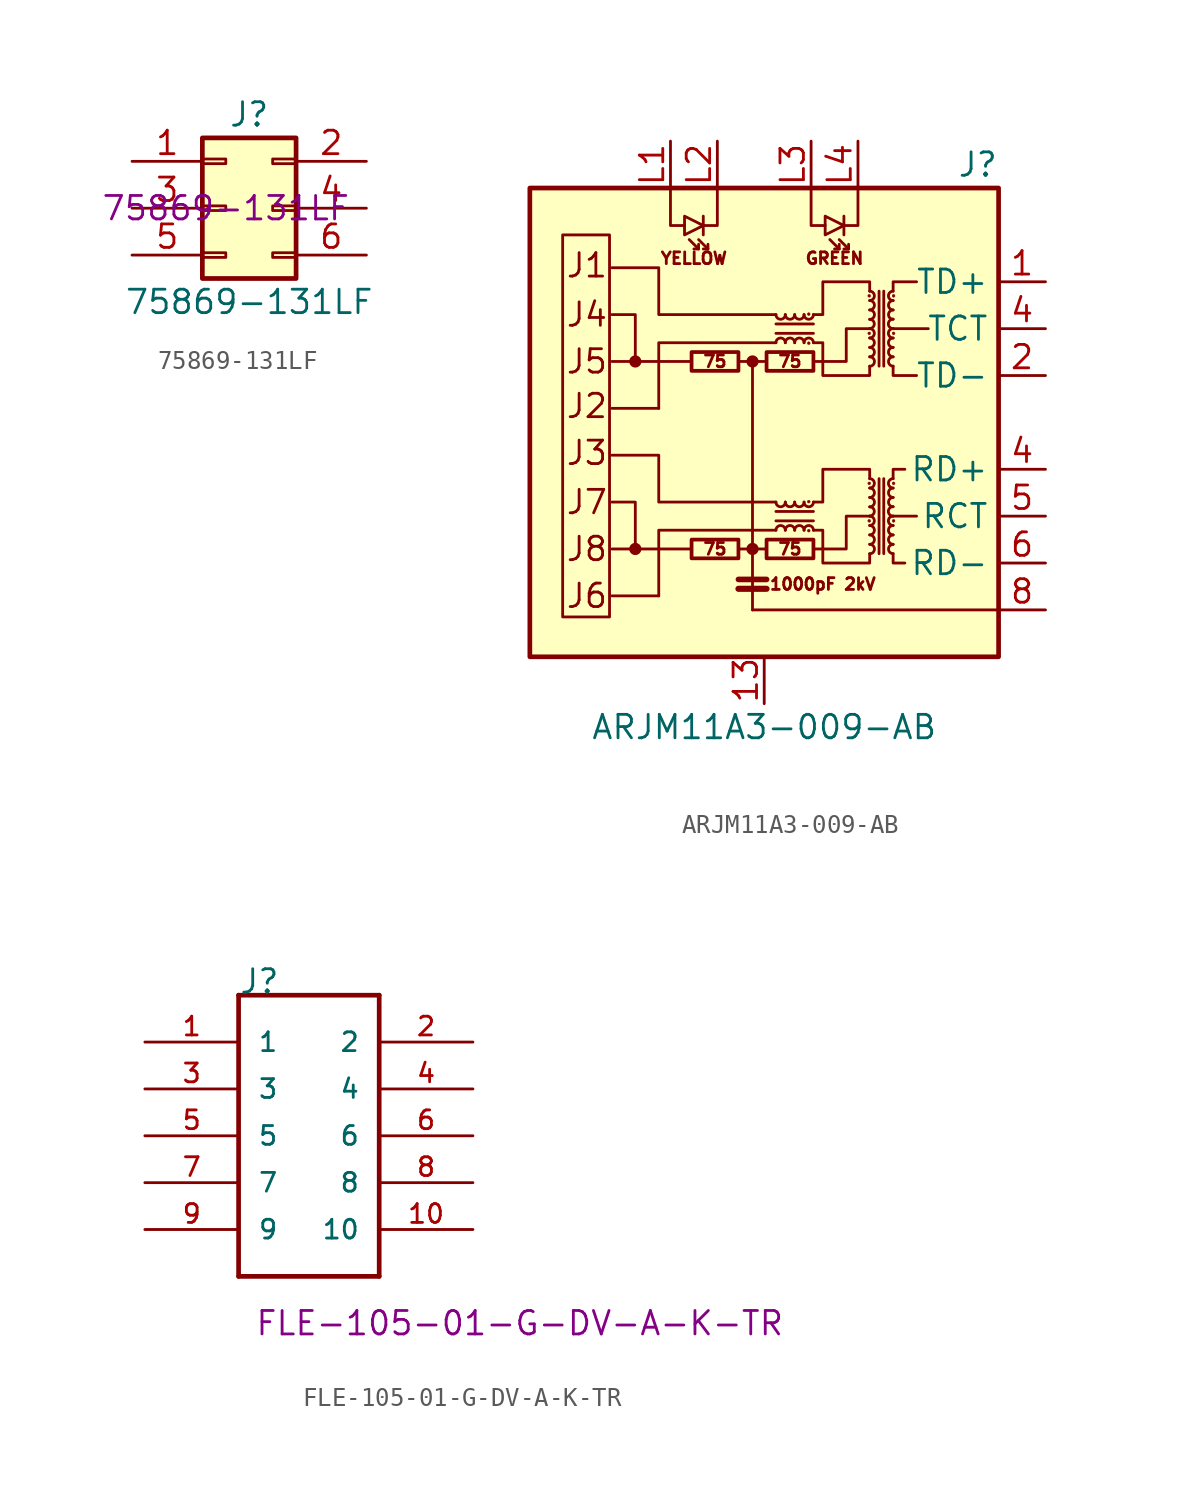
<source format=kicad_sym>
(kicad_symbol_lib
  (version 20211014)
  (generator kicad_symbol_editor)
  (symbol "75869-131LF"
    (pin_names
      (offset 1.016) hide)
    (property "Reference" "J"
      (at 1.27 5.08 0)
      (effects (font (size 1.27 1.27))))
    (property "Value" "75869-131LF"
      (at 1.27 -5.08 0)
      (effects (font (size 1.27 1.27))))
    (property "MF" "75869-131LF"
      (at 0 0 0)
      (effects (font (size 1.27 1.27))))
    (symbol "75869-131LF_1_1"
      (rectangle (start -1.27 -2.413) (end 0 -2.667) (stroke (width 0.152) (type default) (color 0 0 0 0)) (fill (type none)))
      (rectangle (start -1.27 0.127) (end 0 -0.127) (stroke (width 0.152) (type default) (color 0 0 0 0)) (fill (type none)))
      (rectangle (start -1.27 2.667) (end 0 2.413) (stroke (width 0.152) (type default) (color 0 0 0 0)) (fill (type none)))
      (rectangle (start -1.27 3.81) (end 3.81 -3.81) (stroke (width 0.254) (type default) (color 0 0 0 0)) (fill (type background)))
      (rectangle (start 3.81 -2.413) (end 2.54 -2.667) (stroke (width 0.152) (type default) (color 0 0 0 0)) (fill (type none)))
      (rectangle (start 3.81 0.127) (end 2.54 -0.127) (stroke (width 0.152) (type default) (color 0 0 0 0)) (fill (type none)))
      (rectangle (start 3.81 2.667) (end 2.54 2.413) (stroke (width 0.152) (type default) (color 0 0 0 0)) (fill (type none)))
      (pin passive line (at -5.08 2.54 0) (length 3.81) (name "Pin_1" (effects (font (size 1.27 1.27)))) (number "1" (effects (font (size 1.27 1.27)))))
      (pin passive line (at 7.62 2.54 180) (length 3.81) (name "Pin_2" (effects (font (size 1.27 1.27)))) (number "2" (effects (font (size 1.27 1.27)))))
      (pin passive line (at -5.08 0 0) (length 3.81) (name "Pin_3" (effects (font (size 1.27 1.27)))) (number "3" (effects (font (size 1.27 1.27)))))
      (pin passive line (at 7.62 0 180) (length 3.81) (name "Pin_4" (effects (font (size 1.27 1.27)))) (number "4" (effects (font (size 1.27 1.27)))))
      (pin passive line (at -5.08 -2.54 0) (length 3.81) (name "Pin_5" (effects (font (size 1.27 1.27)))) (number "5" (effects (font (size 1.27 1.27)))))
      (pin passive line (at 7.62 -2.54 180) (length 3.81) (name "Pin_6" (effects (font (size 1.27 1.27)))) (number "6" (effects (font (size 1.27 1.27)))))))
  (symbol "ARJM11A3-009-AB"
    (property "Reference" "J"
      (at 12.7 13.97 0)
      (effects (font (size 1.27 1.27)) (justify right)))
    (property "Value" "ARJM11A3-009-AB"
      (at 0 -16.51 0)
      (effects (font (size 1.27 1.27))))
    (symbol "ARJM11A3-009-AB_0_0"
      (rectangle (start -12.7 12.7) (end 12.7 -12.7) (stroke (width 0.254) (type default) (color 0 0 0 0)) (fill (type background)))
      (polyline (pts (xy -3.937 -6.858) (xy -8.255 -6.858)) (stroke (width 0) (type default) (color 0 0 0 0)) (fill (type none)))
      (polyline (pts (xy -3.937 3.302) (xy -8.255 3.302)) (stroke (width 0) (type default) (color 0 0 0 0)) (fill (type none)))
      (polyline (pts (xy -0.635 -10.16) (xy 12.7 -10.16)) (stroke (width 0) (type default) (color 0 0 0 0)) (fill (type none)))
      (polyline (pts (xy 8.255 -5.08) (xy 6.985 -5.08)) (stroke (width 0) (type default) (color 0 0 0 0)) (fill (type none)))
      (polyline (pts (xy 8.89 5.08) (xy 6.985 5.08)) (stroke (width 0) (type default) (color 0 0 0 0)) (fill (type none)))
      (polyline (pts (xy 0.635 -4.318) (xy -5.715 -4.318) (xy -5.715 -1.778) (xy -8.255 -1.778)) (stroke (width 0) (type default) (color 0 0 0 0)) (fill (type none)))
      (polyline (pts (xy 0.635 5.842) (xy -5.715 5.842) (xy -5.715 8.382) (xy -8.255 8.382)) (stroke (width 0) (type default) (color 0 0 0 0)) (fill (type none)))
      (polyline (pts (xy 2.667 -6.858) (xy 4.445 -6.858) (xy 4.445 -5.08) (xy 5.715 -5.08)) (stroke (width 0) (type default) (color 0 0 0 0)) (fill (type none)))
      (polyline (pts (xy 2.667 3.302) (xy 4.445 3.302) (xy 4.445 5.08) (xy 5.715 5.08)) (stroke (width 0) (type default) (color 0 0 0 0)) (fill (type none)))
      (text "1000pF 2kV" (at 3.175 -8.763 0) (effects (font (size 0.635 0.635))))
      (text "75" (at -2.667 -6.858 0) (effects (font (size 0.635 0.635))))
      (text "75" (at -2.667 3.302 0) (effects (font (size 0.635 0.635))))
      (text "75" (at 1.397 -6.858 0) (effects (font (size 0.635 0.635))))
      (text "75" (at 1.397 3.302 0) (effects (font (size 0.635 0.635))))
      (text "GREEN" (at 3.81 8.89 0) (effects (font (size 0.635 0.635))))
      (text "J1" (at -10.795 8.509 0) (effects (font (size 1.27 1.27)) (justify left)))
      (text "J2" (at -10.795 0.889 0) (effects (font (size 1.27 1.27)) (justify left)))
      (text "J3" (at -10.795 -1.651 0) (effects (font (size 1.27 1.27)) (justify left)))
      (text "J4" (at -10.795 5.842 0) (effects (font (size 1.27 1.27)) (justify left)))
      (text "J5" (at -10.795 3.302 0) (effects (font (size 1.27 1.27)) (justify left)))
      (text "J6" (at -10.795 -9.398 0) (effects (font (size 1.27 1.27)) (justify left)))
      (text "J7" (at -10.795 -4.318 0) (effects (font (size 1.27 1.27)) (justify left)))
      (text "J8" (at -10.795 -6.858 0) (effects (font (size 1.27 1.27)) (justify left)))
      (text "YELLOW" (at -3.81 8.89 0) (effects (font (size 0.635 0.635)))))
    (symbol "ARJM11A3-009-AB_0_1"
      (rectangle (start -8.382 -10.541) (end -10.922 10.16) (stroke (width 0) (type default) (color 0 0 0 0)) (fill (type none)))
      (circle (center -6.985 -6.858) (radius 0.254) (stroke (width 0) (type default) (color 0 0 0 0)) (fill (type outline)))
      (circle (center -6.985 3.302) (radius 0.254) (stroke (width 0) (type default) (color 0 0 0 0)) (fill (type outline)))
      (rectangle (start -3.937 -7.366) (end -1.397 -6.35) (stroke (width 0.203) (type default) (color 0 0 0 0)) (fill (type none)))
      (rectangle (start -3.937 2.794) (end -1.397 3.81) (stroke (width 0.203) (type default) (color 0 0 0 0)) (fill (type none)))
      (circle (center -0.635 -6.858) (radius 0.254) (stroke (width 0) (type default) (color 0 0 0 0)) (fill (type outline)))
      (circle (center -0.635 3.302) (radius 0.254) (stroke (width 0) (type default) (color 0 0 0 0)) (fill (type outline)))
      (polyline (pts (xy -5.715 -9.398) (xy -8.255 -9.398)) (stroke (width 0) (type default) (color 0 0 0 0)) (fill (type none)))
      (polyline (pts (xy -5.715 0.762) (xy -8.255 0.762)) (stroke (width 0) (type default) (color 0 0 0 0)) (fill (type none)))
      (polyline (pts (xy -3.556 9.398) (xy -4.064 9.906)) (stroke (width 0) (type default) (color 0 0 0 0)) (fill (type none)))
      (polyline (pts (xy -3.302 11.176) (xy -3.302 10.16)) (stroke (width 0) (type default) (color 0 0 0 0)) (fill (type none)))
      (polyline (pts (xy -3.048 9.398) (xy -3.556 9.906)) (stroke (width 0) (type default) (color 0 0 0 0)) (fill (type none)))
      (polyline (pts (xy -1.397 -9.017) (xy 0.127 -9.017)) (stroke (width 0.33) (type default) (color 0 0 0 0)) (fill (type none)))
      (polyline (pts (xy -1.397 -8.509) (xy 0.127 -8.509)) (stroke (width 0.305) (type default) (color 0 0 0 0)) (fill (type none)))
      (polyline (pts (xy -0.635 3.302) (xy -1.397 3.302)) (stroke (width 0) (type default) (color 0 0 0 0)) (fill (type none)))
      (polyline (pts (xy 0.127 -6.858) (xy -1.397 -6.858)) (stroke (width 0) (type default) (color 0 0 0 0)) (fill (type none)))
      (polyline (pts (xy 0.635 -5.334) (xy 2.667 -5.334)) (stroke (width 0) (type default) (color 0 0 0 0)) (fill (type none)))
      (polyline (pts (xy 0.635 4.826) (xy 2.667 4.826)) (stroke (width 0) (type default) (color 0 0 0 0)) (fill (type none)))
      (polyline (pts (xy 2.667 -4.826) (xy 0.635 -4.826)) (stroke (width 0) (type default) (color 0 0 0 0)) (fill (type none)))
      (polyline (pts (xy 2.667 5.334) (xy 0.635 5.334)) (stroke (width 0) (type default) (color 0 0 0 0)) (fill (type none)))
      (polyline (pts (xy 4.064 9.398) (xy 3.556 9.906)) (stroke (width 0) (type default) (color 0 0 0 0)) (fill (type none)))
      (polyline (pts (xy 4.318 11.176) (xy 4.318 10.16)) (stroke (width 0) (type default) (color 0 0 0 0)) (fill (type none)))
      (polyline (pts (xy 4.572 9.398) (xy 4.064 9.906)) (stroke (width 0) (type default) (color 0 0 0 0)) (fill (type none)))
      (polyline (pts (xy 6.223 -3.048) (xy 6.223 -7.112)) (stroke (width 0) (type default) (color 0 0 0 0)) (fill (type none)))
      (polyline (pts (xy 6.223 7.112) (xy 6.223 3.048)) (stroke (width 0) (type default) (color 0 0 0 0)) (fill (type none)))
      (polyline (pts (xy 6.477 -7.112) (xy 6.477 -3.048)) (stroke (width 0) (type default) (color 0 0 0 0)) (fill (type none)))
      (polyline (pts (xy 6.477 3.048) (xy 6.477 7.112)) (stroke (width 0) (type default) (color 0 0 0 0)) (fill (type none)))
      (polyline (pts (xy -6.985 -6.858) (xy -6.985 -4.318) (xy -8.255 -4.318)) (stroke (width 0) (type default) (color 0 0 0 0)) (fill (type none)))
      (polyline (pts (xy -6.985 3.302) (xy -6.985 5.842) (xy -8.255 5.842)) (stroke (width 0) (type default) (color 0 0 0 0)) (fill (type none)))
      (polyline (pts (xy -5.08 12.7) (xy -5.08 10.668) (xy -4.318 10.668)) (stroke (width 0) (type default) (color 0 0 0 0)) (fill (type none)))
      (polyline (pts (xy -3.556 9.652) (xy -3.556 9.398) (xy -3.81 9.398)) (stroke (width 0) (type default) (color 0 0 0 0)) (fill (type none)))
      (polyline (pts (xy -3.048 9.652) (xy -3.048 9.398) (xy -3.302 9.398)) (stroke (width 0) (type default) (color 0 0 0 0)) (fill (type none)))
      (polyline (pts (xy -2.54 12.7) (xy -2.54 10.668) (xy -3.302 10.668)) (stroke (width 0) (type default) (color 0 0 0 0)) (fill (type none)))
      (polyline (pts (xy -0.635 -10.16) (xy -0.635 3.302) (xy 0 3.302)) (stroke (width 0) (type default) (color 0 0 0 0)) (fill (type none)))
      (polyline (pts (xy 0.635 -5.842) (xy -5.715 -5.842) (xy -5.715 -9.398)) (stroke (width 0) (type default) (color 0 0 0 0)) (fill (type none)))
      (polyline (pts (xy 0.635 4.318) (xy -5.715 4.318) (xy -5.715 0.762)) (stroke (width 0) (type default) (color 0 0 0 0)) (fill (type none)))
      (polyline (pts (xy 2.54 12.7) (xy 2.54 10.668) (xy 3.302 10.668)) (stroke (width 0) (type default) (color 0 0 0 0)) (fill (type none)))
      (polyline (pts (xy 4.064 9.652) (xy 4.064 9.398) (xy 3.81 9.398)) (stroke (width 0) (type default) (color 0 0 0 0)) (fill (type none)))
      (polyline (pts (xy 4.572 9.652) (xy 4.572 9.398) (xy 4.318 9.398)) (stroke (width 0) (type default) (color 0 0 0 0)) (fill (type none)))
      (polyline (pts (xy 5.08 12.7) (xy 5.08 10.668) (xy 4.318 10.668)) (stroke (width 0) (type default) (color 0 0 0 0)) (fill (type none)))
      (polyline (pts (xy 6.985 -7.112) (xy 6.985 -7.62) (xy 7.62 -7.62)) (stroke (width 0) (type default) (color 0 0 0 0)) (fill (type none)))
      (polyline (pts (xy 6.985 -3.048) (xy 6.985 -2.54) (xy 7.62 -2.54)) (stroke (width 0) (type default) (color 0 0 0 0)) (fill (type none)))
      (polyline (pts (xy 6.985 3.048) (xy 6.985 2.54) (xy 8.255 2.54)) (stroke (width 0) (type default) (color 0 0 0 0)) (fill (type none)))
      (polyline (pts (xy 6.985 7.112) (xy 6.985 7.62) (xy 8.255 7.62)) (stroke (width 0) (type default) (color 0 0 0 0)) (fill (type none)))
      (polyline (pts (xy -3.302 10.668) (xy -4.318 11.176) (xy -4.318 10.16) (xy -3.302 10.668)) (stroke (width 0) (type default) (color 0 0 0 0)) (fill (type none)))
      (polyline (pts (xy 4.318 10.668) (xy 3.302 11.176) (xy 3.302 10.16) (xy 4.318 10.668)) (stroke (width 0) (type default) (color 0 0 0 0)) (fill (type none)))
      (polyline (pts (xy 2.667 -4.318) (xy 3.175 -4.318) (xy 3.175 -2.54) (xy 5.715 -2.54) (xy 5.715 -3.048)) (stroke (width 0) (type default) (color 0 0 0 0)) (fill (type none)))
      (polyline (pts (xy 2.667 5.842) (xy 3.175 5.842) (xy 3.175 7.62) (xy 5.715 7.62) (xy 5.715 7.112)) (stroke (width 0) (type default) (color 0 0 0 0)) (fill (type none)))
      (polyline (pts (xy 5.715 -7.112) (xy 5.715 -7.62) (xy 3.175 -7.62) (xy 3.175 -5.842) (xy 2.667 -5.842)) (stroke (width 0) (type default) (color 0 0 0 0)) (fill (type none)))
      (polyline (pts (xy 5.715 3.048) (xy 5.715 2.54) (xy 3.175 2.54) (xy 3.175 4.318) (xy 2.667 4.318)) (stroke (width 0) (type default) (color 0 0 0 0)) (fill (type none)))
      (rectangle (start 0.127 -7.366) (end 2.667 -6.35) (stroke (width 0.203) (type default) (color 0 0 0 0)) (fill (type none)))
      (rectangle (start 0.127 2.794) (end 2.667 3.81) (stroke (width 0.203) (type default) (color 0 0 0 0)) (fill (type none)))
      (arc (start 0.635 -4.318) (mid 0.889 -4.572) (end 1.143 -4.318) (stroke (width 0) (type default) (color 0 0 0 0)) (fill (type none)))
      (arc (start 0.635 5.842) (mid 0.889 5.588) (end 1.143 5.842) (stroke (width 0) (type default) (color 0 0 0 0)) (fill (type none)))
      (arc (start 1.143 -5.842) (mid 0.889 -5.588) (end 0.635 -5.842) (stroke (width 0) (type default) (color 0 0 0 0)) (fill (type none)))
      (arc (start 1.143 -4.318) (mid 1.397 -4.572) (end 1.651 -4.318) (stroke (width 0) (type default) (color 0 0 0 0)) (fill (type none)))
      (arc (start 1.143 4.318) (mid 0.889 4.572) (end 0.635 4.318) (stroke (width 0) (type default) (color 0 0 0 0)) (fill (type none)))
      (arc (start 1.143 5.842) (mid 1.397 5.588) (end 1.651 5.842) (stroke (width 0) (type default) (color 0 0 0 0)) (fill (type none)))
      (arc (start 1.651 -5.842) (mid 1.397 -5.588) (end 1.143 -5.842) (stroke (width 0) (type default) (color 0 0 0 0)) (fill (type none)))
      (arc (start 1.651 -4.318) (mid 1.905 -4.572) (end 2.159 -4.318) (stroke (width 0) (type default) (color 0 0 0 0)) (fill (type none)))
      (arc (start 1.651 4.318) (mid 1.397 4.572) (end 1.143 4.318) (stroke (width 0) (type default) (color 0 0 0 0)) (fill (type none)))
      (arc (start 1.651 5.842) (mid 1.905 5.588) (end 2.159 5.842) (stroke (width 0) (type default) (color 0 0 0 0)) (fill (type none)))
      (arc (start 2.159 -5.842) (mid 1.905 -5.588) (end 1.651 -5.842) (stroke (width 0) (type default) (color 0 0 0 0)) (fill (type none)))
      (arc (start 2.159 -4.318) (mid 2.413 -4.572) (end 2.667 -4.318) (stroke (width 0) (type default) (color 0 0 0 0)) (fill (type none)))
      (arc (start 2.159 4.318) (mid 1.905 4.572) (end 1.651 4.318) (stroke (width 0) (type default) (color 0 0 0 0)) (fill (type none)))
      (arc (start 2.159 5.842) (mid 2.413 5.588) (end 2.667 5.842) (stroke (width 0) (type default) (color 0 0 0 0)) (fill (type none)))
      (circle (center 2.413 -5.867) (radius 0.076) (stroke (width 0.025) (type default) (color 0 0 0 0)) (fill (type outline)))
      (circle (center 2.413 -4.293) (radius 0.076) (stroke (width 0.025) (type default) (color 0 0 0 0)) (fill (type outline)))
      (circle (center 2.413 4.293) (radius 0.076) (stroke (width 0.025) (type default) (color 0 0 0 0)) (fill (type outline)))
      (circle (center 2.413 5.867) (radius 0.076) (stroke (width 0.025) (type default) (color 0 0 0 0)) (fill (type outline)))
      (arc (start 2.667 -5.842) (mid 2.413 -5.588) (end 2.159 -5.842) (stroke (width 0) (type default) (color 0 0 0 0)) (fill (type none)))
      (arc (start 2.667 4.318) (mid 2.413 4.572) (end 2.159 4.318) (stroke (width 0) (type default) (color 0 0 0 0)) (fill (type none)))
      (circle (center 5.69 -5.334) (radius 0.076) (stroke (width 0.025) (type default) (color 0 0 0 0)) (fill (type outline)))
      (circle (center 5.69 -3.302) (radius 0.076) (stroke (width 0.025) (type default) (color 0 0 0 0)) (fill (type outline)))
      (circle (center 5.69 4.826) (radius 0.076) (stroke (width 0.025) (type default) (color 0 0 0 0)) (fill (type outline)))
      (circle (center 5.69 6.858) (radius 0.076) (stroke (width 0.025) (type default) (color 0 0 0 0)) (fill (type outline)))
      (arc (start 5.715 -7.112) (mid 5.969 -6.858) (end 5.715 -6.604) (stroke (width 0) (type default) (color 0 0 0 0)) (fill (type none)))
      (arc (start 5.715 -6.604) (mid 5.969 -6.35) (end 5.715 -6.096) (stroke (width 0) (type default) (color 0 0 0 0)) (fill (type none)))
      (arc (start 5.715 -6.096) (mid 5.969 -5.842) (end 5.715 -5.588) (stroke (width 0) (type default) (color 0 0 0 0)) (fill (type none)))
      (arc (start 5.715 -5.588) (mid 5.969 -5.334) (end 5.715 -5.08) (stroke (width 0) (type default) (color 0 0 0 0)) (fill (type none)))
      (arc (start 5.715 -5.08) (mid 5.969 -4.826) (end 5.715 -4.572) (stroke (width 0) (type default) (color 0 0 0 0)) (fill (type none)))
      (arc (start 5.715 -4.572) (mid 5.969 -4.318) (end 5.715 -4.064) (stroke (width 0) (type default) (color 0 0 0 0)) (fill (type none)))
      (arc (start 5.715 -4.064) (mid 5.969 -3.81) (end 5.715 -3.556) (stroke (width 0) (type default) (color 0 0 0 0)) (fill (type none)))
      (arc (start 5.715 -3.556) (mid 5.969 -3.302) (end 5.715 -3.048) (stroke (width 0) (type default) (color 0 0 0 0)) (fill (type none)))
      (arc (start 5.715 3.048) (mid 5.969 3.302) (end 5.715 3.556) (stroke (width 0) (type default) (color 0 0 0 0)) (fill (type none)))
      (arc (start 5.715 3.556) (mid 5.969 3.81) (end 5.715 4.064) (stroke (width 0) (type default) (color 0 0 0 0)) (fill (type none)))
      (arc (start 5.715 4.064) (mid 5.969 4.318) (end 5.715 4.572) (stroke (width 0) (type default) (color 0 0 0 0)) (fill (type none)))
      (arc (start 5.715 4.572) (mid 5.969 4.826) (end 5.715 5.08) (stroke (width 0) (type default) (color 0 0 0 0)) (fill (type none)))
      (arc (start 5.715 5.08) (mid 5.969 5.334) (end 5.715 5.588) (stroke (width 0) (type default) (color 0 0 0 0)) (fill (type none)))
      (arc (start 5.715 5.588) (mid 5.969 5.842) (end 5.715 6.096) (stroke (width 0) (type default) (color 0 0 0 0)) (fill (type none)))
      (arc (start 5.715 6.096) (mid 5.969 6.35) (end 5.715 6.604) (stroke (width 0) (type default) (color 0 0 0 0)) (fill (type none)))
      (arc (start 5.715 6.604) (mid 5.969 6.858) (end 5.715 7.112) (stroke (width 0) (type default) (color 0 0 0 0)) (fill (type none)))
      (arc (start 6.985 -6.604) (mid 6.731 -6.858) (end 6.985 -7.112) (stroke (width 0) (type default) (color 0 0 0 0)) (fill (type none)))
      (arc (start 6.985 -6.096) (mid 6.731 -6.35) (end 6.985 -6.604) (stroke (width 0) (type default) (color 0 0 0 0)) (fill (type none)))
      (arc (start 6.985 -5.588) (mid 6.731 -5.842) (end 6.985 -6.096) (stroke (width 0) (type default) (color 0 0 0 0)) (fill (type none)))
      (arc (start 6.985 -5.08) (mid 6.731 -5.334) (end 6.985 -5.588) (stroke (width 0) (type default) (color 0 0 0 0)) (fill (type none)))
      (arc (start 6.985 -4.572) (mid 6.731 -4.826) (end 6.985 -5.08) (stroke (width 0) (type default) (color 0 0 0 0)) (fill (type none)))
      (arc (start 6.985 -4.064) (mid 6.731 -4.318) (end 6.985 -4.572) (stroke (width 0) (type default) (color 0 0 0 0)) (fill (type none)))
      (arc (start 6.985 -3.556) (mid 6.731 -3.81) (end 6.985 -4.064) (stroke (width 0) (type default) (color 0 0 0 0)) (fill (type none)))
      (arc (start 6.985 -3.048) (mid 6.731 -3.302) (end 6.985 -3.556) (stroke (width 0) (type default) (color 0 0 0 0)) (fill (type none)))
      (arc (start 6.985 3.556) (mid 6.731 3.302) (end 6.985 3.048) (stroke (width 0) (type default) (color 0 0 0 0)) (fill (type none)))
      (arc (start 6.985 4.064) (mid 6.731 3.81) (end 6.985 3.556) (stroke (width 0) (type default) (color 0 0 0 0)) (fill (type none)))
      (arc (start 6.985 4.572) (mid 6.731 4.318) (end 6.985 4.064) (stroke (width 0) (type default) (color 0 0 0 0)) (fill (type none)))
      (arc (start 6.985 5.08) (mid 6.731 4.826) (end 6.985 4.572) (stroke (width 0) (type default) (color 0 0 0 0)) (fill (type none)))
      (arc (start 6.985 5.588) (mid 6.731 5.334) (end 6.985 5.08) (stroke (width 0) (type default) (color 0 0 0 0)) (fill (type none)))
      (arc (start 6.985 6.096) (mid 6.731 5.842) (end 6.985 5.588) (stroke (width 0) (type default) (color 0 0 0 0)) (fill (type none)))
      (arc (start 6.985 6.604) (mid 6.731 6.35) (end 6.985 6.096) (stroke (width 0) (type default) (color 0 0 0 0)) (fill (type none)))
      (arc (start 6.985 7.112) (mid 6.731 6.858) (end 6.985 6.604) (stroke (width 0) (type default) (color 0 0 0 0)) (fill (type none)))
      (circle (center 7.01 -5.334) (radius 0.076) (stroke (width 0.025) (type default) (color 0 0 0 0)) (fill (type outline)))
      (circle (center 7.01 -3.302) (radius 0.076) (stroke (width 0.025) (type default) (color 0 0 0 0)) (fill (type outline)))
      (circle (center 7.01 4.826) (radius 0.076) (stroke (width 0.025) (type default) (color 0 0 0 0)) (fill (type outline)))
      (circle (center 7.01 6.858) (radius 0.076) (stroke (width 0.025) (type default) (color 0 0 0 0)) (fill (type outline))))
    (symbol "ARJM11A3-009-AB_1_1"
      (pin passive line (at 15.24 7.62 180) (length 2.54) (name "TD+" (effects (font (size 1.27 1.27)))) (number "1" (effects (font (size 1.27 1.27)))))
      (pin passive line (at 0 -15.24 90) (length 2.54) (name "~" (effects (font (size 1.27 1.27)))) (number "13" (effects (font (size 1.27 1.27)))))
      (pin passive line (at 15.24 2.54 180) (length 2.54) (name "TD-" (effects (font (size 1.27 1.27)))) (number "2" (effects (font (size 1.27 1.27)))))
      (pin passive line (at 15.24 -2.54 180) (length 2.54) (name "RD+" (effects (font (size 1.27 1.27)))) (number "4" (effects (font (size 1.27 1.27)))))
      (pin passive line (at 15.24 5.08 180) (length 2.54) (name "TCT" (effects (font (size 1.27 1.27)))) (number "4" (effects (font (size 1.27 1.27)))))
      (pin passive line (at 15.24 -5.08 180) (length 2.54) (name "RCT" (effects (font (size 1.27 1.27)))) (number "5" (effects (font (size 1.27 1.27)))))
      (pin passive line (at 15.24 -7.62 180) (length 2.54) (name "RD-" (effects (font (size 1.27 1.27)))) (number "6" (effects (font (size 1.27 1.27)))))
      (pin passive line (at 15.24 -10.16 180) (length 2.54) (name "~" (effects (font (size 1.27 1.27)))) (number "8" (effects (font (size 1.27 1.27)))))
      (pin passive line (at -5.08 15.24 270) (length 2.54) (name "~" (effects (font (size 1.27 1.27)))) (number "L1" (effects (font (size 1.27 1.27)))))
      (pin passive line (at -2.54 15.24 270) (length 2.54) (name "~" (effects (font (size 1.27 1.27)))) (number "L2" (effects (font (size 1.27 1.27)))))
      (pin passive line (at 2.54 15.24 270) (length 2.54) (name "~" (effects (font (size 1.27 1.27)))) (number "L3" (effects (font (size 1.27 1.27)))))
      (pin passive line (at 5.08 15.24 270) (length 2.54) (name "~" (effects (font (size 1.27 1.27)))) (number "L4" (effects (font (size 1.27 1.27)))))))
  (symbol "FLE-105-01-G-DV-A-K-TR"
    (pin_names
      (offset 1.016))
    (property "Reference" "J"
      (at 0 2.54 0)
      (effects (font (size 1.27 1.27)) (justify left bottom)))
    (property "PN" "FLE-105-01-G-DV-A-K-TR"
      (at 15.24 -15.24 0)
      (effects (font (size 1.27 1.27))))
    (symbol "FLE-105-01-G-DV-A-K-TR_0_0"
      (polyline (pts (xy 0 -12.7) (xy 0 2.54)) (stroke (width 0.254) (type default) (color 0 0 0 0)) (fill (type none)))
      (polyline (pts (xy 0 2.54) (xy 7.62 2.54)) (stroke (width 0.254) (type default) (color 0 0 0 0)) (fill (type none)))
      (polyline (pts (xy 7.62 -12.7) (xy 0 -12.7)) (stroke (width 0.254) (type default) (color 0 0 0 0)) (fill (type none)))
      (polyline (pts (xy 7.62 2.54) (xy 7.62 -12.7)) (stroke (width 0.254) (type default) (color 0 0 0 0)) (fill (type none)))
      (pin passive line (at -5.08 0 0) (length 5.08) (name "1" (effects (font (size 1.016 1.016)))) (number "1" (effects (font (size 1.016 1.016)))))
      (pin passive line (at 12.7 -10.16 180) (length 5.08) (name "10" (effects (font (size 1.016 1.016)))) (number "10" (effects (font (size 1.016 1.016)))))
      (pin passive line (at 12.7 0 180) (length 5.08) (name "2" (effects (font (size 1.016 1.016)))) (number "2" (effects (font (size 1.016 1.016)))))
      (pin passive line (at -5.08 -2.54 0) (length 5.08) (name "3" (effects (font (size 1.016 1.016)))) (number "3" (effects (font (size 1.016 1.016)))))
      (pin passive line (at 12.7 -2.54 180) (length 5.08) (name "4" (effects (font (size 1.016 1.016)))) (number "4" (effects (font (size 1.016 1.016)))))
      (pin passive line (at -5.08 -5.08 0) (length 5.08) (name "5" (effects (font (size 1.016 1.016)))) (number "5" (effects (font (size 1.016 1.016)))))
      (pin passive line (at 12.7 -5.08 180) (length 5.08) (name "6" (effects (font (size 1.016 1.016)))) (number "6" (effects (font (size 1.016 1.016)))))
      (pin passive line (at -5.08 -7.62 0) (length 5.08) (name "7" (effects (font (size 1.016 1.016)))) (number "7" (effects (font (size 1.016 1.016)))))
      (pin passive line (at 12.7 -7.62 180) (length 5.08) (name "8" (effects (font (size 1.016 1.016)))) (number "8" (effects (font (size 1.016 1.016)))))
      (pin passive line (at -5.08 -10.16 0) (length 5.08) (name "9" (effects (font (size 1.016 1.016)))) (number "9" (effects (font (size 1.016 1.016))))))))
</source>
